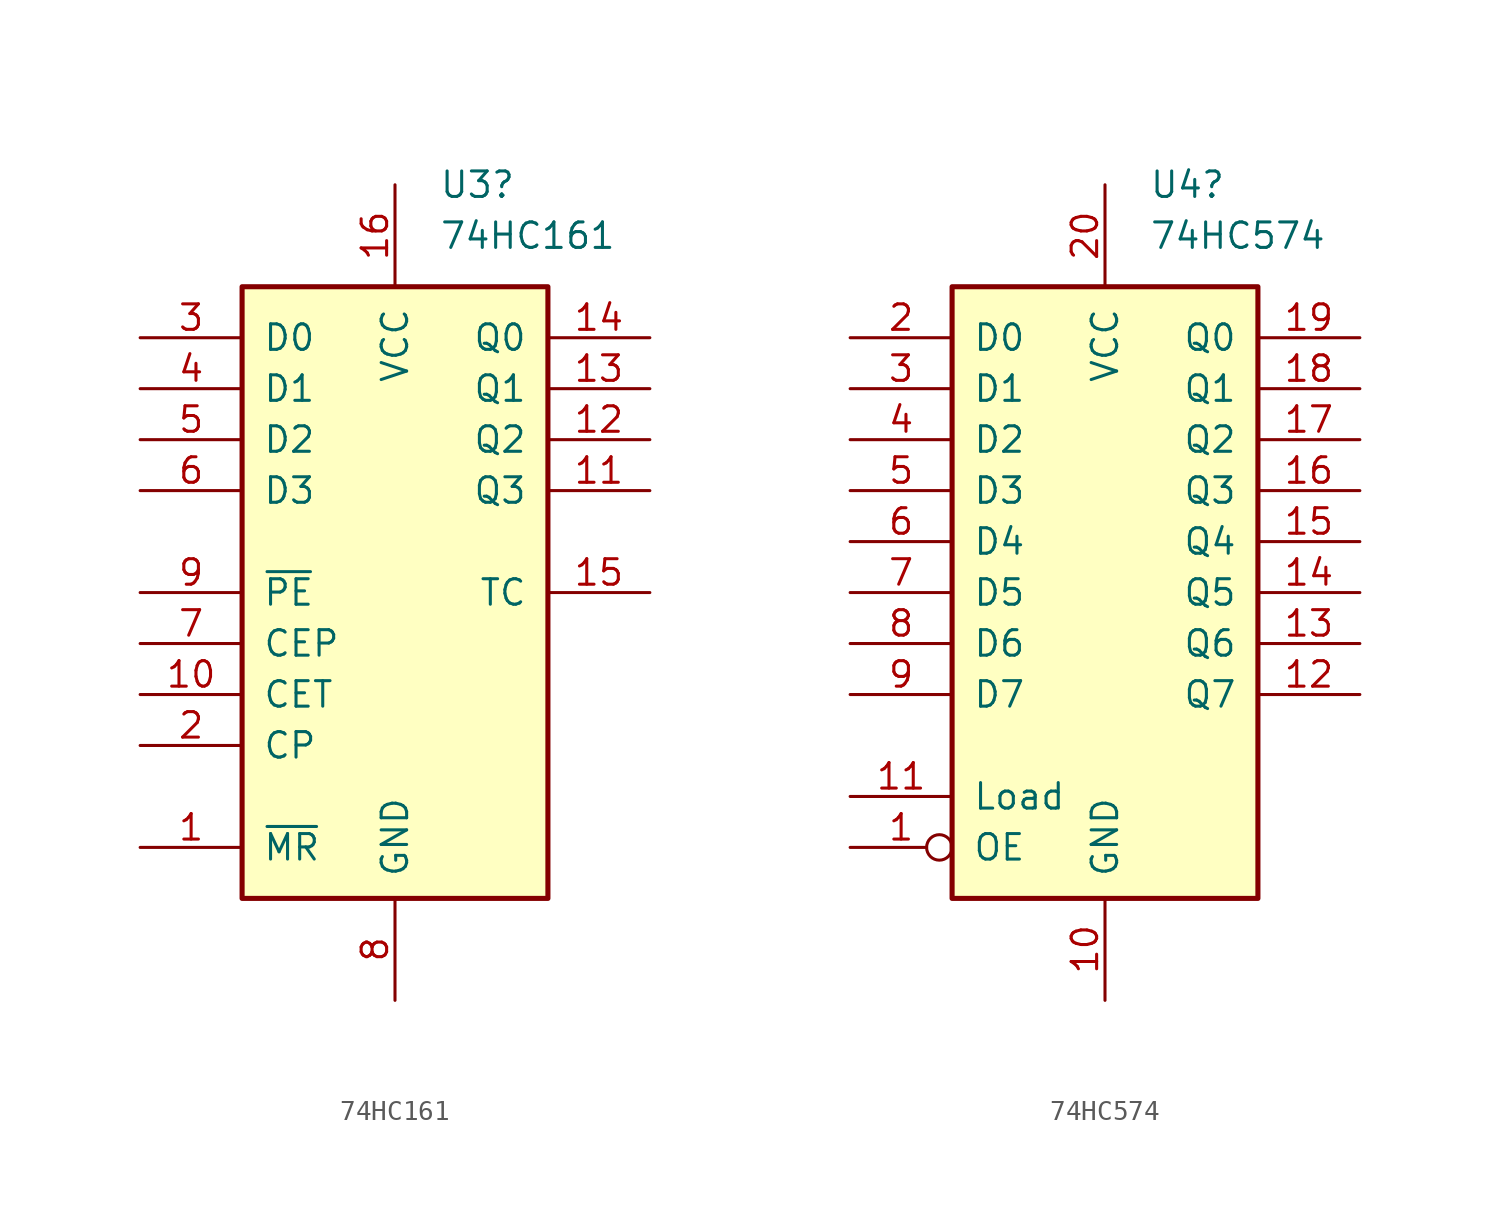
<source format=kicad_sym>
(kicad_symbol_lib
  (version 20231120)
  (generator "kicad_symbol_editor")
  (generator_version "8.0")
  (symbol "74HC161"
    (pin_names
      (offset 1.016))
    (property "Reference" "U3"
      (at 2.194 20.32 0)
      (effects (font (size 1.27 1.27)) (justify left)))
    (property "Value" "74HC161"
      (at 2.194 17.78 0)
      (effects (font (size 1.27 1.27)) (justify left)))
    (property "ki_locked" ""
      (at 0 0 0)
      (effects (font (size 1.27 1.27))))
    (symbol "74HC161_1_0"
      (pin input line (at -12.7 -12.7 0) (length 5.08) (name "~{MR}" (effects (font (size 1.27 1.27)))) (number "1" (effects (font (size 1.27 1.27)))))
      (pin input line (at -12.7 -5.08 0) (length 5.08) (name "CET" (effects (font (size 1.27 1.27)))) (number "10" (effects (font (size 1.27 1.27)))))
      (pin output line (at 12.7 5.08 180) (length 5.08) (name "Q3" (effects (font (size 1.27 1.27)))) (number "11" (effects (font (size 1.27 1.27)))))
      (pin output line (at 12.7 7.62 180) (length 5.08) (name "Q2" (effects (font (size 1.27 1.27)))) (number "12" (effects (font (size 1.27 1.27)))))
      (pin output line (at 12.7 10.16 180) (length 5.08) (name "Q1" (effects (font (size 1.27 1.27)))) (number "13" (effects (font (size 1.27 1.27)))))
      (pin output line (at 12.7 12.7 180) (length 5.08) (name "Q0" (effects (font (size 1.27 1.27)))) (number "14" (effects (font (size 1.27 1.27)))))
      (pin output line (at 12.7 0 180) (length 5.08) (name "TC" (effects (font (size 1.27 1.27)))) (number "15" (effects (font (size 1.27 1.27)))))
      (pin power_in line (at 0 20.32 270) (length 5.08) (name "VCC" (effects (font (size 1.27 1.27)))) (number "16" (effects (font (size 1.27 1.27)))))
      (pin input line (at -12.7 -7.62 0) (length 5.08) (name "CP" (effects (font (size 1.27 1.27)))) (number "2" (effects (font (size 1.27 1.27)))))
      (pin input line (at -12.7 12.7 0) (length 5.08) (name "D0" (effects (font (size 1.27 1.27)))) (number "3" (effects (font (size 1.27 1.27)))))
      (pin input line (at -12.7 10.16 0) (length 5.08) (name "D1" (effects (font (size 1.27 1.27)))) (number "4" (effects (font (size 1.27 1.27)))))
      (pin input line (at -12.7 7.62 0) (length 5.08) (name "D2" (effects (font (size 1.27 1.27)))) (number "5" (effects (font (size 1.27 1.27)))))
      (pin input line (at -12.7 5.08 0) (length 5.08) (name "D3" (effects (font (size 1.27 1.27)))) (number "6" (effects (font (size 1.27 1.27)))))
      (pin input line (at -12.7 -2.54 0) (length 5.08) (name "CEP" (effects (font (size 1.27 1.27)))) (number "7" (effects (font (size 1.27 1.27)))))
      (pin power_in line (at 0 -20.32 90) (length 5.08) (name "GND" (effects (font (size 1.27 1.27)))) (number "8" (effects (font (size 1.27 1.27)))))
      (pin input line (at -12.7 0 0) (length 5.08) (name "~{PE}" (effects (font (size 1.27 1.27)))) (number "9" (effects (font (size 1.27 1.27))))))
    (symbol "74HC161_1_1"
      (rectangle (start -7.62 15.24) (end 7.62 -15.24) (stroke (width 0.254) (type default)) (fill (type background)))))
  (symbol "74HC574"
    (pin_names
      (offset 1.016))
    (property "Reference" "U4"
      (at 2.194 20.32 0)
      (effects (font (size 1.27 1.27)) (justify left)))
    (property "Value" "74HC574"
      (at 2.194 17.78 0)
      (effects (font (size 1.27 1.27)) (justify left)))
    (property "ki_locked" ""
      (at 0 0 0)
      (effects (font (size 1.27 1.27))))
    (symbol "74HC574_1_0"
      (pin input inverted (at -12.7 -12.7 0) (length 5.08) (name "OE" (effects (font (size 1.27 1.27)))) (number "1" (effects (font (size 1.27 1.27)))))
      (pin power_in line (at 0 -20.32 90) (length 5.08) (name "GND" (effects (font (size 1.27 1.27)))) (number "10" (effects (font (size 1.27 1.27)))))
      (pin input line (at -12.7 -10.16 0) (length 5.08) (name "Load" (effects (font (size 1.27 1.27)))) (number "11" (effects (font (size 1.27 1.27)))))
      (pin tri_state line (at 12.7 -5.08 180) (length 5.08) (name "Q7" (effects (font (size 1.27 1.27)))) (number "12" (effects (font (size 1.27 1.27)))))
      (pin tri_state line (at 12.7 -2.54 180) (length 5.08) (name "Q6" (effects (font (size 1.27 1.27)))) (number "13" (effects (font (size 1.27 1.27)))))
      (pin tri_state line (at 12.7 0 180) (length 5.08) (name "Q5" (effects (font (size 1.27 1.27)))) (number "14" (effects (font (size 1.27 1.27)))))
      (pin tri_state line (at 12.7 2.54 180) (length 5.08) (name "Q4" (effects (font (size 1.27 1.27)))) (number "15" (effects (font (size 1.27 1.27)))))
      (pin tri_state line (at 12.7 5.08 180) (length 5.08) (name "Q3" (effects (font (size 1.27 1.27)))) (number "16" (effects (font (size 1.27 1.27)))))
      (pin tri_state line (at 12.7 7.62 180) (length 5.08) (name "Q2" (effects (font (size 1.27 1.27)))) (number "17" (effects (font (size 1.27 1.27)))))
      (pin tri_state line (at 12.7 10.16 180) (length 5.08) (name "Q1" (effects (font (size 1.27 1.27)))) (number "18" (effects (font (size 1.27 1.27)))))
      (pin tri_state line (at 12.7 12.7 180) (length 5.08) (name "Q0" (effects (font (size 1.27 1.27)))) (number "19" (effects (font (size 1.27 1.27)))))
      (pin input line (at -12.7 12.7 0) (length 5.08) (name "D0" (effects (font (size 1.27 1.27)))) (number "2" (effects (font (size 1.27 1.27)))))
      (pin power_in line (at 0 20.32 270) (length 5.08) (name "VCC" (effects (font (size 1.27 1.27)))) (number "20" (effects (font (size 1.27 1.27)))))
      (pin input line (at -12.7 10.16 0) (length 5.08) (name "D1" (effects (font (size 1.27 1.27)))) (number "3" (effects (font (size 1.27 1.27)))))
      (pin input line (at -12.7 7.62 0) (length 5.08) (name "D2" (effects (font (size 1.27 1.27)))) (number "4" (effects (font (size 1.27 1.27)))))
      (pin input line (at -12.7 5.08 0) (length 5.08) (name "D3" (effects (font (size 1.27 1.27)))) (number "5" (effects (font (size 1.27 1.27)))))
      (pin input line (at -12.7 2.54 0) (length 5.08) (name "D4" (effects (font (size 1.27 1.27)))) (number "6" (effects (font (size 1.27 1.27)))))
      (pin input line (at -12.7 0 0) (length 5.08) (name "D5" (effects (font (size 1.27 1.27)))) (number "7" (effects (font (size 1.27 1.27)))))
      (pin input line (at -12.7 -2.54 0) (length 5.08) (name "D6" (effects (font (size 1.27 1.27)))) (number "8" (effects (font (size 1.27 1.27)))))
      (pin input line (at -12.7 -5.08 0) (length 5.08) (name "D7" (effects (font (size 1.27 1.27)))) (number "9" (effects (font (size 1.27 1.27))))))
    (symbol "74HC574_1_1"
      (rectangle (start -7.62 15.24) (end 7.62 -15.24) (stroke (width 0.254) (type default)) (fill (type background))))))
</source>
